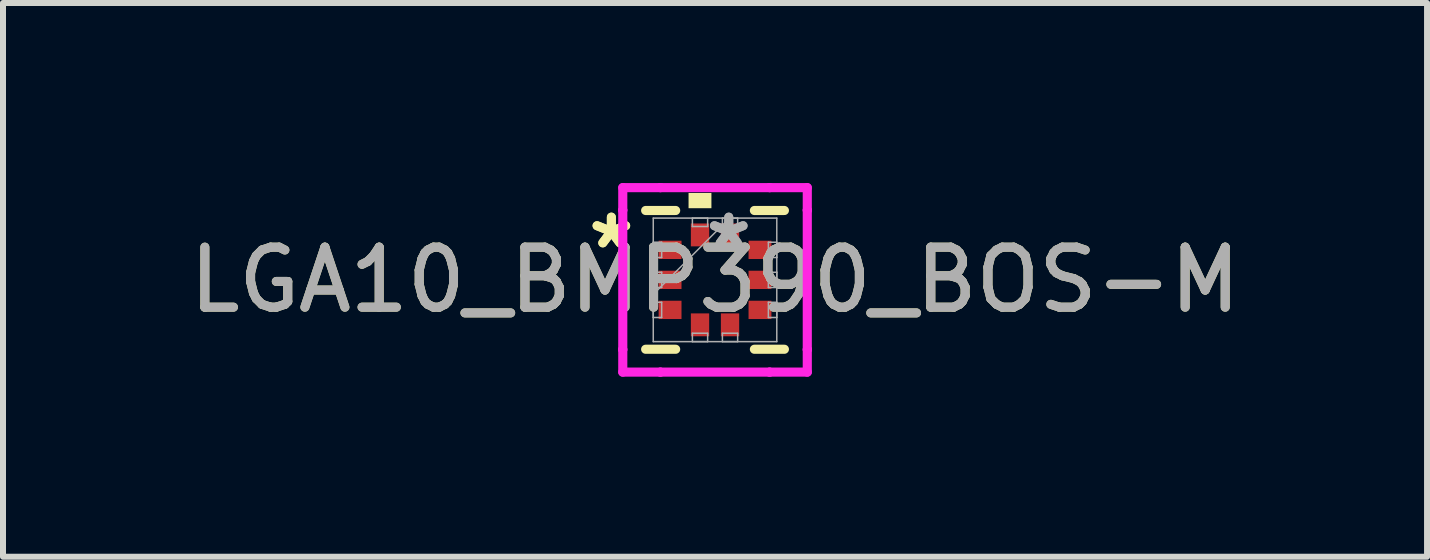
<source format=kicad_pcb>
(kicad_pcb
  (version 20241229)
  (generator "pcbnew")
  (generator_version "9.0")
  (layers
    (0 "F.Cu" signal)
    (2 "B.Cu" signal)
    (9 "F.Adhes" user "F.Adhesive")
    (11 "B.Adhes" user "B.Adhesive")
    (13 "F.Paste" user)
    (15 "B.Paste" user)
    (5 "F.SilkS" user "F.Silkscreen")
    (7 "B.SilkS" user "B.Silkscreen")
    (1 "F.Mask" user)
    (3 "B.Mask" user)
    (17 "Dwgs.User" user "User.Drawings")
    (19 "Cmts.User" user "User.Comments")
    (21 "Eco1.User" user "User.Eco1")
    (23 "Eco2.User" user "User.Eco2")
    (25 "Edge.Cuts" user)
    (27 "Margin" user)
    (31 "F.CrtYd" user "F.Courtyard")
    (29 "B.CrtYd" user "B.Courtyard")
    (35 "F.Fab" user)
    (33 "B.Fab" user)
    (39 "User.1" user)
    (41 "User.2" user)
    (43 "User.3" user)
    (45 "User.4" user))
  (footprint "LGA10_BMP390_BOS-M"
    (layer "F.Cu")
    (at 8.863 1.613)
    (property "Reference" "LGA10_BMP390_BOS-M" (at 0 0 0) (unlocked yes) (layer "F.SilkS") (effects (font (size 1 1) (thickness 0.15))))
    (attr smd)
    (fp_line (start -1.156 1.156) (end -0.656 1.156) (stroke (width 0.152) (type solid)) (layer "F.SilkS"))
    (fp_line (start -0.656 -1.156) (end -1.156 -1.156) (stroke (width 0.152) (type solid)) (layer "F.SilkS"))
    (fp_line (start 0.656 1.156) (end 1.156 1.156) (stroke (width 0.152) (type solid)) (layer "F.SilkS"))
    (fp_line (start 1.156 -1.156) (end 0.656 -1.156) (stroke (width 0.152) (type solid)) (layer "F.SilkS"))
    (fp_poly (pts (xy -0.441 -1.194) (xy -0.441 -1.448) (xy -0.06 -1.448) (xy -0.06 -1.194)) (stroke (width 0) (type solid)) (fill yes) (layer "F.SilkS"))
    (fp_line (start -1.537 -1.537) (end -0.91 -1.537) (stroke (width 0.152) (type solid)) (layer "F.CrtYd"))
    (fp_line (start -1.537 -1.161) (end -1.537 -1.537) (stroke (width 0.152) (type solid)) (layer "F.CrtYd"))
    (fp_line (start -1.537 -1.161) (end -1.537 -1.161) (stroke (width 0.152) (type solid)) (layer "F.CrtYd"))
    (fp_line (start -1.537 1.161) (end -1.537 -1.161) (stroke (width 0.152) (type solid)) (layer "F.CrtYd"))
    (fp_line (start -1.537 1.161) (end -1.537 1.161) (stroke (width 0.152) (type solid)) (layer "F.CrtYd"))
    (fp_line (start -1.537 1.537) (end -1.537 1.161) (stroke (width 0.152) (type solid)) (layer "F.CrtYd"))
    (fp_line (start -0.91 -1.537) (end -0.91 -1.537) (stroke (width 0.152) (type solid)) (layer "F.CrtYd"))
    (fp_line (start -0.91 -1.537) (end 0.91 -1.537) (stroke (width 0.152) (type solid)) (layer "F.CrtYd"))
    (fp_line (start -0.91 1.537) (end -1.537 1.537) (stroke (width 0.152) (type solid)) (layer "F.CrtYd"))
    (fp_line (start -0.91 1.537) (end -0.91 1.537) (stroke (width 0.152) (type solid)) (layer "F.CrtYd"))
    (fp_line (start 0.91 -1.537) (end 0.91 -1.537) (stroke (width 0.152) (type solid)) (layer "F.CrtYd"))
    (fp_line (start 0.91 -1.537) (end 1.537 -1.537) (stroke (width 0.152) (type solid)) (layer "F.CrtYd"))
    (fp_line (start 0.91 1.537) (end -0.91 1.537) (stroke (width 0.152) (type solid)) (layer "F.CrtYd"))
    (fp_line (start 0.91 1.537) (end 0.91 1.537) (stroke (width 0.152) (type solid)) (layer "F.CrtYd"))
    (fp_line (start 1.537 -1.537) (end 1.537 -1.161) (stroke (width 0.152) (type solid)) (layer "F.CrtYd"))
    (fp_line (start 1.537 -1.161) (end 1.537 -1.161) (stroke (width 0.152) (type solid)) (layer "F.CrtYd"))
    (fp_line (start 1.537 -1.161) (end 1.537 1.161) (stroke (width 0.152) (type solid)) (layer "F.CrtYd"))
    (fp_line (start 1.537 1.161) (end 1.537 1.161) (stroke (width 0.152) (type solid)) (layer "F.CrtYd"))
    (fp_line (start 1.537 1.161) (end 1.537 1.537) (stroke (width 0.152) (type solid)) (layer "F.CrtYd"))
    (fp_line (start 1.537 1.537) (end 0.91 1.537) (stroke (width 0.152) (type solid)) (layer "F.CrtYd"))
    (fp_line (start -1.029 -1.029) (end -1.029 1.029) (stroke (width 0.025) (type solid)) (layer "F.Fab"))
    (fp_line (start -1.029 -0.627) (end -0.889 -0.627) (stroke (width 0.025) (type solid)) (layer "F.Fab"))
    (fp_line (start -1.029 -0.373) (end -1.029 -0.627) (stroke (width 0.025) (type solid)) (layer "F.Fab"))
    (fp_line (start -1.029 -0.127) (end -0.889 -0.127) (stroke (width 0.025) (type solid)) (layer "F.Fab"))
    (fp_line (start -1.029 0.127) (end -1.029 -0.127) (stroke (width 0.025) (type solid)) (layer "F.Fab"))
    (fp_line (start -1.029 0.241) (end 0.241 -1.029) (stroke (width 0.025) (type solid)) (layer "F.Fab"))
    (fp_line (start -1.029 0.373) (end -0.889 0.373) (stroke (width 0.025) (type solid)) (layer "F.Fab"))
    (fp_line (start -1.029 0.627) (end -1.029 0.373) (stroke (width 0.025) (type solid)) (layer "F.Fab"))
    (fp_line (start -1.029 1.029) (end 1.029 1.029) (stroke (width 0.025) (type solid)) (layer "F.Fab"))
    (fp_line (start -0.889 -0.627) (end -0.889 -0.373) (stroke (width 0.025) (type solid)) (layer "F.Fab"))
    (fp_line (start -0.889 -0.373) (end -1.029 -0.373) (stroke (width 0.025) (type solid)) (layer "F.Fab"))
    (fp_line (start -0.889 -0.127) (end -0.889 0.127) (stroke (width 0.025) (type solid)) (layer "F.Fab"))
    (fp_line (start -0.889 0.127) (end -1.029 0.127) (stroke (width 0.025) (type solid)) (layer "F.Fab"))
    (fp_line (start -0.889 0.373) (end -0.889 0.627) (stroke (width 0.025) (type solid)) (layer "F.Fab"))
    (fp_line (start -0.889 0.627) (end -1.029 0.627) (stroke (width 0.025) (type solid)) (layer "F.Fab"))
    (fp_line (start -0.377 -1.029) (end -0.123 -1.029) (stroke (width 0.025) (type solid)) (layer "F.Fab"))
    (fp_line (start -0.377 -0.889) (end -0.377 -1.029) (stroke (width 0.025) (type solid)) (layer "F.Fab"))
    (fp_line (start -0.377 0.889) (end -0.123 0.889) (stroke (width 0.025) (type solid)) (layer "F.Fab"))
    (fp_line (start -0.377 1.029) (end -0.377 0.889) (stroke (width 0.025) (type solid)) (layer "F.Fab"))
    (fp_line (start -0.123 -1.029) (end -0.123 -0.889) (stroke (width 0.025) (type solid)) (layer "F.Fab"))
    (fp_line (start -0.123 -0.889) (end -0.377 -0.889) (stroke (width 0.025) (type solid)) (layer "F.Fab"))
    (fp_line (start -0.123 0.889) (end -0.123 1.029) (stroke (width 0.025) (type solid)) (layer "F.Fab"))
    (fp_line (start -0.123 1.029) (end -0.377 1.029) (stroke (width 0.025) (type solid)) (layer "F.Fab"))
    (fp_line (start 0.123 -1.029) (end 0.377 -1.029) (stroke (width 0.025) (type solid)) (layer "F.Fab"))
    (fp_line (start 0.123 -0.889) (end 0.123 -1.029) (stroke (width 0.025) (type solid)) (layer "F.Fab"))
    (fp_line (start 0.123 0.889) (end 0.377 0.889) (stroke (width 0.025) (type solid)) (layer "F.Fab"))
    (fp_line (start 0.123 1.029) (end 0.123 0.889) (stroke (width 0.025) (type solid)) (layer "F.Fab"))
    (fp_line (start 0.377 -1.029) (end 0.377 -0.889) (stroke (width 0.025) (type solid)) (layer "F.Fab"))
    (fp_line (start 0.377 -0.889) (end 0.123 -0.889) (stroke (width 0.025) (type solid)) (layer "F.Fab"))
    (fp_line (start 0.377 0.889) (end 0.377 1.029) (stroke (width 0.025) (type solid)) (layer "F.Fab"))
    (fp_line (start 0.377 1.029) (end 0.123 1.029) (stroke (width 0.025) (type solid)) (layer "F.Fab"))
    (fp_line (start 0.889 -0.627) (end 1.029 -0.627) (stroke (width 0.025) (type solid)) (layer "F.Fab"))
    (fp_line (start 0.889 -0.373) (end 0.889 -0.627) (stroke (width 0.025) (type solid)) (layer "F.Fab"))
    (fp_line (start 0.889 -0.127) (end 1.029 -0.127) (stroke (width 0.025) (type solid)) (layer "F.Fab"))
    (fp_line (start 0.889 0.127) (end 0.889 -0.127) (stroke (width 0.025) (type solid)) (layer "F.Fab"))
    (fp_line (start 0.889 0.373) (end 1.029 0.373) (stroke (width 0.025) (type solid)) (layer "F.Fab"))
    (fp_line (start 0.889 0.627) (end 0.889 0.373) (stroke (width 0.025) (type solid)) (layer "F.Fab"))
    (fp_line (start 1.029 -1.029) (end -1.029 -1.029) (stroke (width 0.025) (type solid)) (layer "F.Fab"))
    (fp_line (start 1.029 -0.627) (end 1.029 -0.373) (stroke (width 0.025) (type solid)) (layer "F.Fab"))
    (fp_line (start 1.029 -0.373) (end 0.889 -0.373) (stroke (width 0.025) (type solid)) (layer "F.Fab"))
    (fp_line (start 1.029 -0.127) (end 1.029 0.127) (stroke (width 0.025) (type solid)) (layer "F.Fab"))
    (fp_line (start 1.029 0.127) (end 0.889 0.127) (stroke (width 0.025) (type solid)) (layer "F.Fab"))
    (fp_line (start 1.029 0.373) (end 1.029 0.627) (stroke (width 0.025) (type solid)) (layer "F.Fab"))
    (fp_line (start 1.029 0.627) (end 0.889 0.627) (stroke (width 0.025) (type solid)) (layer "F.Fab"))
    (fp_line (start 1.029 1.029) (end 1.029 -1.029) (stroke (width 0.025) (type solid)) (layer "F.Fab"))
    (fp_text user "*" (at -1.727 -0.5 0) (layer "F.SilkS") (effects (font (size 1 1) (thickness 0.15))))
    (fp_text user "*" (at -1.727 -0.5 0) (unlocked yes) (layer "F.SilkS") (effects (font (size 1 1) (thickness 0.15))))
    (fp_text user "*" (at 0.229 -0.5 0) (layer "F.Fab") (effects (font (size 1 1) (thickness 0.15))))
    (fp_text user "*" (at 0.229 -0.5 0) (unlocked yes) (layer "F.Fab") (effects (font (size 1 1) (thickness 0.15))))
    (fp_text user "${REFERENCE}" (at 0 0 0) (unlocked yes) (layer "F.Fab") (effects (font (size 1 1) (thickness 0.15))))
    (pad "1" smd rect (at 0.25 -0.749) (size 0.305 0.381) (layers "F.Cu" "F.Mask" "F.Paste"))
    (pad "2" smd rect (at -0.25 -0.749) (size 0.305 0.381) (layers "F.Cu" "F.Mask" "F.Paste"))
    (pad "3" smd rect (at -0.749 -0.5 90) (size 0.305 0.381) (layers "F.Cu" "F.Mask" "F.Paste"))
    (pad "4" smd rect (at -0.749 0 90) (size 0.305 0.381) (layers "F.Cu" "F.Mask" "F.Paste"))
    (pad "5" smd rect (at -0.749 0.5 90) (size 0.305 0.381) (layers "F.Cu" "F.Mask" "F.Paste"))
    (pad "6" smd rect (at -0.25 0.749) (size 0.305 0.381) (layers "F.Cu" "F.Mask" "F.Paste"))
    (pad "7" smd rect (at 0.25 0.749) (size 0.305 0.381) (layers "F.Cu" "F.Mask" "F.Paste"))
    (pad "8" smd rect (at 0.749 0.5 90) (size 0.305 0.381) (layers "F.Cu" "F.Mask" "F.Paste"))
    (pad "9" smd rect (at 0.749 0 90) (size 0.305 0.381) (layers "F.Cu" "F.Mask" "F.Paste"))
    (pad "10" smd rect (at 0.749 -0.5 90) (size 0.305 0.381) (layers "F.Cu" "F.Mask" "F.Paste")))
  (gr_rect
    (start -3 -3)
    (end 20.726 6.226)
    (stroke (width 0.1) (type default))
    (fill no)
    (layer "Edge.Cuts")))
</source>
